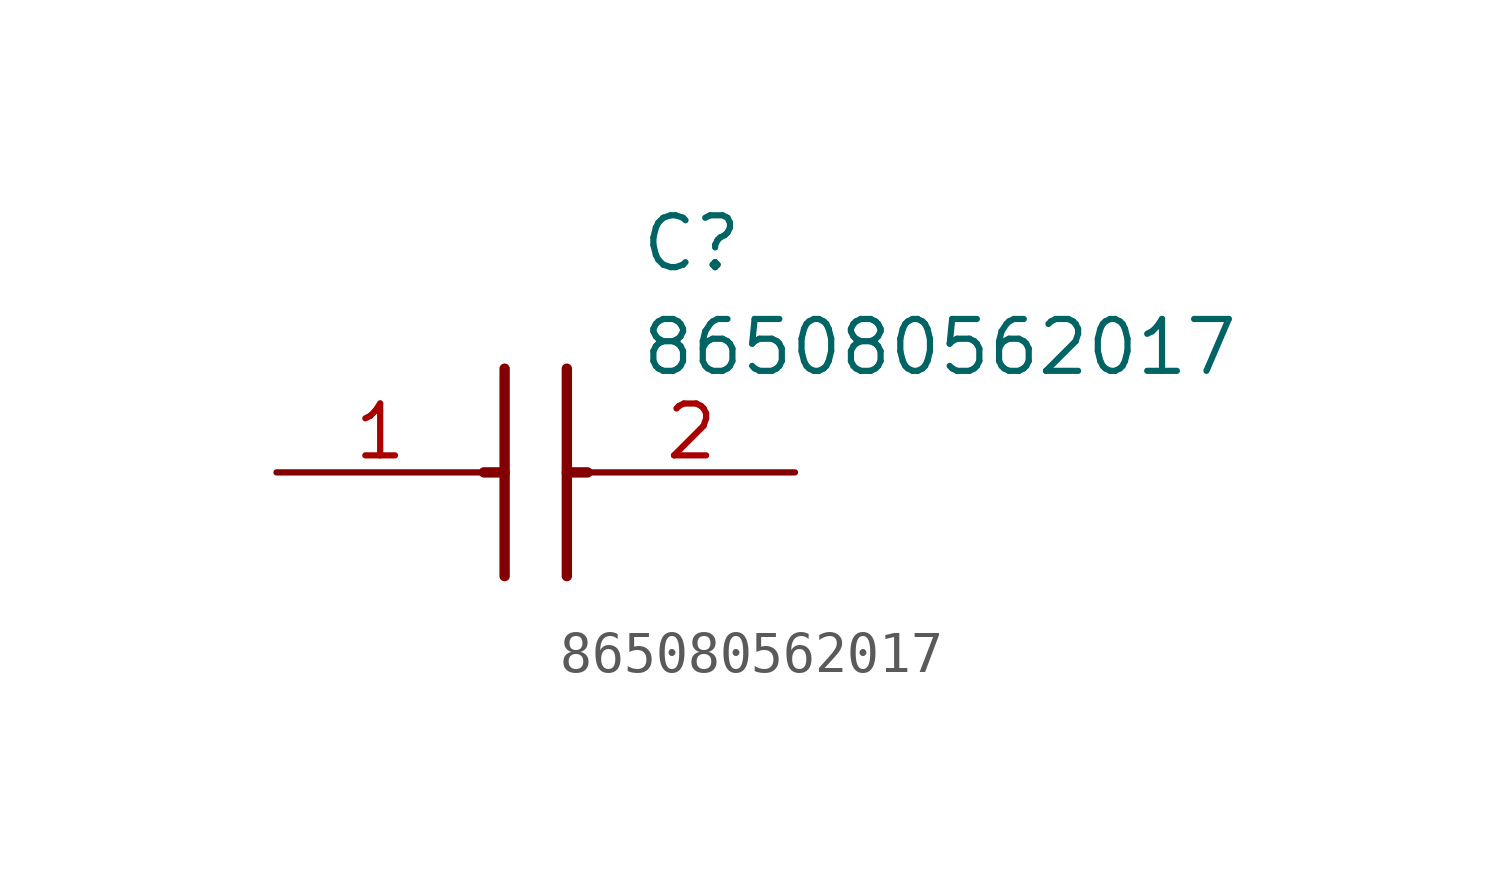
<source format=kicad_sym>
(kicad_symbol_lib
  (version 20211014)
  (generator SamacSys_ECAD_Model)
  (symbol "865080562017"
    (pin_names hide)
    (property "Reference" "C"
      (at 8.89 6.35 0)
      (effects (font (size 1.27 1.27)) (justify left top)))
    (property "Value" "865080562017"
      (at 8.89 3.81 0)
      (effects (font (size 1.27 1.27)) (justify left top)))
    (polyline
      (pts (xy 5.588 2.54) (xy 5.588 -2.54))
      (stroke (width 0.254) (type default))
      (fill (type none)))
    (polyline
      (pts (xy 7.112 2.54) (xy 7.112 -2.54))
      (stroke (width 0.254) (type default))
      (fill (type none)))
    (polyline
      (pts (xy 5.08 0) (xy 5.588 0))
      (stroke (width 0.254) (type default))
      (fill (type none)))
    (polyline
      (pts (xy 7.112 0) (xy 7.62 0))
      (stroke (width 0.254) (type default))
      (fill (type none)))
    (pin passive line
      (at 0 0 0)
      (length 5.08)
      (name "+" (effects (font (size 1.27 1.27))))
      (number "1" (effects (font (size 1.27 1.27)))))
    (pin passive line
      (at 12.7 0 180)
      (length 5.08)
      (name "-" (effects (font (size 1.27 1.27))))
      (number "2" (effects (font (size 1.27 1.27)))))))
</source>
